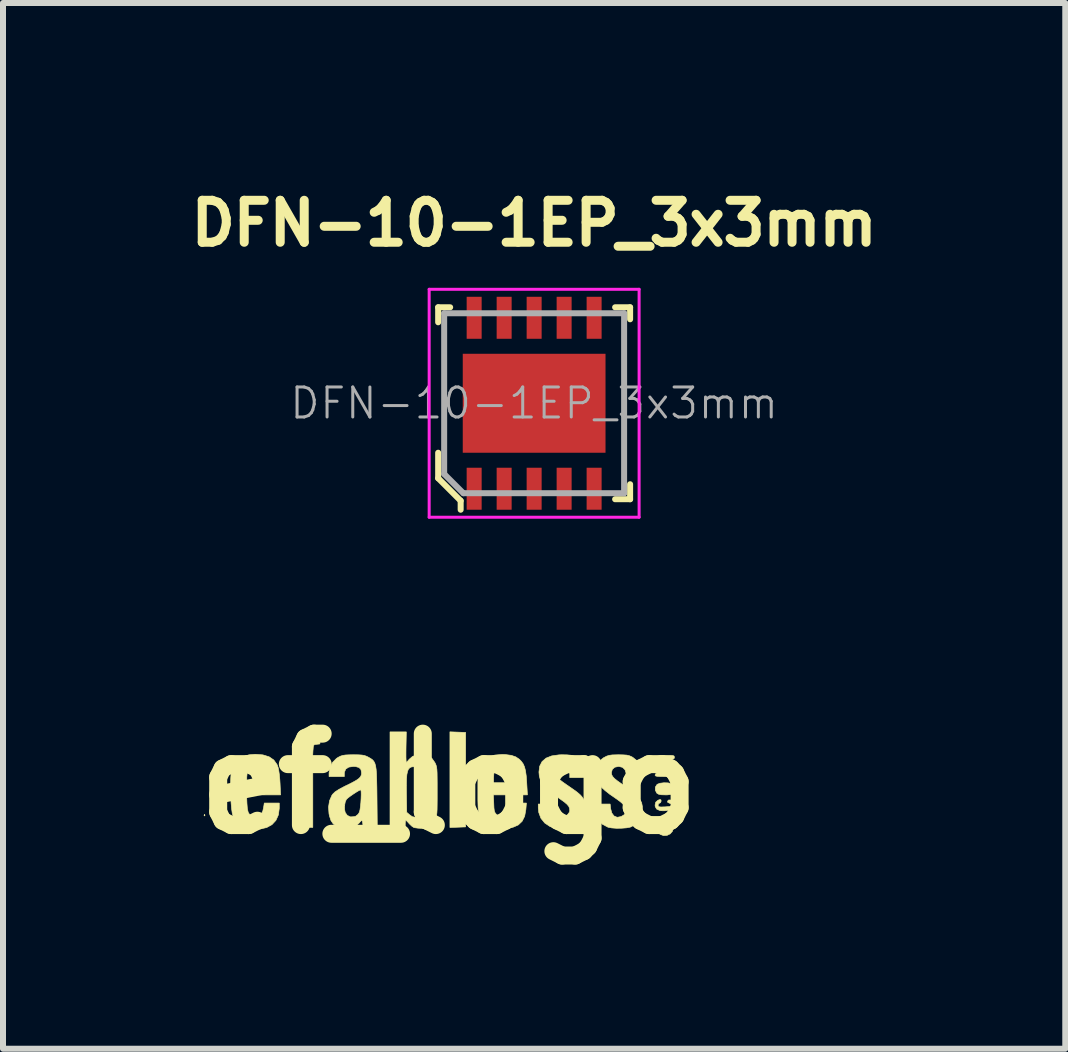
<source format=kicad_pcb>
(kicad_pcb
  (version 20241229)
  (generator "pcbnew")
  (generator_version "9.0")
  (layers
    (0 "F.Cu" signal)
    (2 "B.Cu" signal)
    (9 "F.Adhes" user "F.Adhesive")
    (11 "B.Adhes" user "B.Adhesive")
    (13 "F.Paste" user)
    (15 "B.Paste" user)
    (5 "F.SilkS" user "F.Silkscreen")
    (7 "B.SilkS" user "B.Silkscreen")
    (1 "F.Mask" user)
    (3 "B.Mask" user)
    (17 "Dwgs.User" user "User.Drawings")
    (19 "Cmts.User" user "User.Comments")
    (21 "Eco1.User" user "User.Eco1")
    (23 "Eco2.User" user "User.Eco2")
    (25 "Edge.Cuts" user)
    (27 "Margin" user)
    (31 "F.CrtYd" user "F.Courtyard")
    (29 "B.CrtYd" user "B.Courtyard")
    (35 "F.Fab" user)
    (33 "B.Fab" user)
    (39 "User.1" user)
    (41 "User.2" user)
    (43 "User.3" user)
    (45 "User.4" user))
  (footprint "ef_logo"
    (layer "F.Cu")
    (at 4.434 10.016)
    (property "Reference" "ef_logo" (at 0 0 0) (layer "F.SilkS") (effects (font (size 1.524 1.524) (thickness 0.3))))
    (attr through_hole)
    (fp_poly (pts (xy -4.07 0.514) (xy -4.068 0.534) (xy -4.07 0.536) (xy -4.08 0.534) (xy -4.081 0.525) (xy -4.075 0.511) (xy -4.07 0.514)) (stroke (width 0.01) (type solid)) (fill yes) (layer "F.SilkS"))
    (fp_poly (pts (xy 0.148 -0.86) (xy 0.279 -0.855) (xy 0.279 0.72) (xy 0.148 0.725) (xy 0.017 0.73) (xy 0.017 -0.865) (xy 0.148 -0.86)) (stroke (width 0.01) (type solid)) (fill yes) (layer "F.SilkS"))
    (fp_poly (pts (xy 3.678 0.615) (xy 3.72 0.657) (xy 3.741 0.714) (xy 3.742 0.733) (xy 3.728 0.791) (xy 3.69 0.835) (xy 3.637 0.861) (xy 3.579 0.865) (xy 3.524 0.845) (xy 3.505 0.83) (xy 3.477 0.78) (xy 3.471 0.719) (xy 3.488 0.66) (xy 3.511 0.629) (xy 3.565 0.598) (xy 3.623 0.595) (xy 3.678 0.615)) (stroke (width 0.01) (type solid)) (fill yes) (layer "F.SilkS"))
    (fp_poly (pts (xy 3.653 -0.014) (xy 3.713 -0.001) (xy 3.716 -0.000419) (xy 3.745 0.017) (xy 3.757 0.046) (xy 3.759 0.081) (xy 3.755 0.131) (xy 3.737 0.163) (xy 3.7 0.18) (xy 3.639 0.186) (xy 3.606 0.186) (xy 3.539 0.184) (xy 3.496 0.175) (xy 3.469 0.159) (xy 3.465 0.155) (xy 3.441 0.107) (xy 3.442 0.056) (xy 3.469 0.014) (xy 3.475 0.009) (xy 3.52 -0.008) (xy 3.585 -0.016) (xy 3.653 -0.014)) (stroke (width 0.01) (type solid)) (fill yes) (layer "F.SilkS"))
    (fp_poly (pts (xy 3.533 0.266) (xy 3.539 0.288) (xy 3.528 0.316) (xy 3.514 0.322) (xy 3.493 0.336) (xy 3.488 0.356) (xy 3.491 0.375) (xy 3.504 0.384) (xy 3.535 0.388) (xy 3.592 0.386) (xy 3.603 0.386) (xy 3.666 0.381) (xy 3.702 0.374) (xy 3.716 0.361) (xy 3.717 0.356) (xy 3.702 0.334) (xy 3.678 0.325) (xy 3.648 0.311) (xy 3.645 0.291) (xy 3.663 0.271) (xy 3.697 0.271) (xy 3.735 0.289) (xy 3.738 0.292) (xy 3.755 0.324) (xy 3.758 0.37) (xy 3.745 0.41) (xy 3.736 0.422) (xy 3.703 0.435) (xy 3.65 0.445) (xy 3.59 0.451) (xy 3.536 0.45) (xy 3.514 0.446) (xy 3.463 0.422) (xy 3.44 0.382) (xy 3.437 0.356) (xy 3.448 0.308) (xy 3.483 0.277) (xy 3.509 0.266) (xy 3.533 0.266)) (stroke (width 0.01) (type solid)) (fill yes) (layer "F.SilkS"))
    (fp_poly (pts (xy -2.151 -0.663) (xy -2.206 -0.657) (xy -2.237 -0.653) (xy -2.254 -0.641) (xy -2.261 -0.614) (xy -2.265 -0.562) (xy -2.266 -0.555) (xy -2.271 -0.457) (xy -2.151 -0.457) (xy -2.151 -0.271) (xy -2.269 -0.271) (xy -2.269 0.728) (xy -2.393 0.728) (xy -2.455 0.727) (xy -2.503 0.723) (xy -2.528 0.718) (xy -2.529 0.717) (xy -2.532 0.698) (xy -2.534 0.649) (xy -2.536 0.575) (xy -2.538 0.48) (xy -2.539 0.369) (xy -2.54 0.246) (xy -2.54 0.217) (xy -2.54 -0.271) (xy -2.591 -0.271) (xy -2.62 -0.272) (xy -2.635 -0.283) (xy -2.641 -0.31) (xy -2.642 -0.363) (xy -2.642 -0.364) (xy -2.641 -0.417) (xy -2.635 -0.445) (xy -2.62 -0.456) (xy -2.593 -0.457) (xy -2.569 -0.458) (xy -2.554 -0.467) (xy -2.545 -0.49) (xy -2.539 -0.534) (xy -2.534 -0.587) (xy -2.519 -0.689) (xy -2.491 -0.763) (xy -2.446 -0.812) (xy -2.379 -0.843) (xy -2.286 -0.858) (xy -2.269 -0.86) (xy -2.151 -0.868) (xy -2.151 -0.663)) (stroke (width 0.01) (type solid)) (fill yes) (layer "F.SilkS"))
    (fp_poly (pts (xy -3.101 -0.481) (xy -2.997 -0.449) (xy -2.919 -0.395) (xy -2.865 -0.319) (xy -2.847 -0.271) (xy -2.837 -0.223) (xy -2.827 -0.153) (xy -2.819 -0.069) (xy -2.815 -0.006) (xy -2.806 0.186) (xy -3.373 0.186) (xy -3.367 0.328) (xy -3.36 0.419) (xy -3.345 0.48) (xy -3.319 0.518) (xy -3.278 0.537) (xy -3.224 0.542) (xy -3.167 0.534) (xy -3.128 0.507) (xy -3.103 0.456) (xy -3.089 0.394) (xy -3.078 0.322) (xy -2.828 0.322) (xy -2.828 0.411) (xy -2.843 0.52) (xy -2.884 0.611) (xy -2.95 0.682) (xy -3.037 0.73) (xy -3.144 0.755) (xy -3.267 0.754) (xy -3.33 0.744) (xy -3.437 0.711) (xy -3.519 0.655) (xy -3.58 0.575) (xy -3.601 0.533) (xy -3.613 0.487) (xy -3.623 0.415) (xy -3.631 0.324) (xy -3.637 0.22) (xy -3.64 0.112) (xy -3.64 0.007) (xy -3.637 -0.089) (xy -3.636 -0.108) (xy -3.37 -0.108) (xy -3.37 -0.017) (xy -3.082 -0.017) (xy -3.082 -0.108) (xy -3.091 -0.192) (xy -3.118 -0.248) (xy -3.166 -0.28) (xy -3.226 -0.288) (xy -3.293 -0.277) (xy -3.338 -0.242) (xy -3.363 -0.182) (xy -3.37 -0.108) (xy -3.636 -0.108) (xy -3.631 -0.168) (xy -3.625 -0.206) (xy -3.588 -0.31) (xy -3.527 -0.391) (xy -3.441 -0.449) (xy -3.334 -0.482) (xy -3.23 -0.491) (xy -3.101 -0.481)) (stroke (width 0.01) (type solid)) (fill yes) (layer "F.SilkS"))
    (fp_poly (pts (xy 3.696 -0.473) (xy 3.735 -0.47) (xy 3.753 -0.462) (xy 3.759 -0.447) (xy 3.759 -0.44) (xy 3.756 -0.423) (xy 3.743 -0.413) (xy 3.713 -0.408) (xy 3.659 -0.407) (xy 3.624 -0.406) (xy 3.557 -0.406) (xy 3.516 -0.403) (xy 3.496 -0.396) (xy 3.489 -0.382) (xy 3.488 -0.364) (xy 3.49 -0.343) (xy 3.499 -0.33) (xy 3.522 -0.324) (xy 3.567 -0.322) (xy 3.624 -0.322) (xy 3.691 -0.321) (xy 3.732 -0.318) (xy 3.752 -0.31) (xy 3.759 -0.297) (xy 3.759 -0.287) (xy 3.757 -0.269) (xy 3.745 -0.259) (xy 3.716 -0.255) (xy 3.664 -0.255) (xy 3.628 -0.256) (xy 3.562 -0.257) (xy 3.523 -0.255) (xy 3.504 -0.248) (xy 3.497 -0.234) (xy 3.497 -0.219) (xy 3.499 -0.198) (xy 3.509 -0.185) (xy 3.535 -0.179) (xy 3.583 -0.175) (xy 3.628 -0.173) (xy 3.697 -0.169) (xy 3.738 -0.162) (xy 3.757 -0.151) (xy 3.759 -0.143) (xy 3.753 -0.131) (xy 3.73 -0.124) (xy 3.686 -0.12) (xy 3.614 -0.119) (xy 3.598 -0.119) (xy 3.521 -0.12) (xy 3.472 -0.123) (xy 3.446 -0.13) (xy 3.438 -0.141) (xy 3.437 -0.143) (xy 3.449 -0.168) (xy 3.457 -0.173) (xy 3.466 -0.187) (xy 3.453 -0.217) (xy 3.438 -0.251) (xy 3.447 -0.283) (xy 3.452 -0.29) (xy 3.465 -0.325) (xy 3.456 -0.344) (xy 3.439 -0.381) (xy 3.444 -0.424) (xy 3.468 -0.455) (xy 3.47 -0.457) (xy 3.503 -0.465) (xy 3.558 -0.471) (xy 3.624 -0.474) (xy 3.631 -0.474) (xy 3.696 -0.473)) (stroke (width 0.01) (type solid)) (fill yes) (layer "F.SilkS"))
    (fp_poly (pts (xy 0.942 -0.486) (xy 1.041 -0.473) (xy 1.116 -0.447) (xy 1.176 -0.406) (xy 1.208 -0.373) (xy 1.239 -0.33) (xy 1.261 -0.279) (xy 1.277 -0.216) (xy 1.289 -0.132) (xy 1.297 -0.021) (xy 1.298 -0.004) (xy 1.309 0.186) (xy 0.742 0.186) (xy 0.748 0.332) (xy 0.751 0.403) (xy 0.757 0.45) (xy 0.768 0.481) (xy 0.785 0.503) (xy 0.801 0.518) (xy 0.86 0.551) (xy 0.918 0.554) (xy 0.968 0.528) (xy 1.007 0.477) (xy 1.028 0.404) (xy 1.028 0.402) (xy 1.037 0.322) (xy 1.292 0.322) (xy 1.283 0.432) (xy 1.263 0.542) (xy 1.221 0.626) (xy 1.157 0.687) (xy 1.068 0.726) (xy 0.954 0.742) (xy 0.906 0.743) (xy 0.835 0.741) (xy 0.772 0.736) (xy 0.729 0.729) (xy 0.725 0.728) (xy 0.638 0.685) (xy 0.567 0.612) (xy 0.527 0.543) (xy 0.512 0.51) (xy 0.501 0.479) (xy 0.493 0.445) (xy 0.487 0.403) (xy 0.485 0.346) (xy 0.483 0.269) (xy 0.483 0.167) (xy 0.483 0.119) (xy 0.483 0.004) (xy 0.484 -0.082) (xy 0.484 -0.103) (xy 0.745 -0.103) (xy 0.745 -0.017) (xy 1.033 -0.017) (xy 1.033 -0.119) (xy 1.026 -0.198) (xy 1.004 -0.25) (xy 0.963 -0.278) (xy 0.899 -0.288) (xy 0.893 -0.288) (xy 0.844 -0.285) (xy 0.809 -0.278) (xy 0.803 -0.275) (xy 0.769 -0.233) (xy 0.749 -0.165) (xy 0.745 -0.103) (xy 0.484 -0.103) (xy 0.486 -0.145) (xy 0.49 -0.192) (xy 0.497 -0.227) (xy 0.506 -0.256) (xy 0.52 -0.286) (xy 0.525 -0.296) (xy 0.584 -0.382) (xy 0.664 -0.443) (xy 0.766 -0.478) (xy 0.89 -0.488) (xy 0.942 -0.486)) (stroke (width 0.01) (type solid)) (fill yes) (layer "F.SilkS"))
    (fp_poly (pts (xy 1.973 -0.481) (xy 2.041 -0.474) (xy 2.093 -0.459) (xy 2.137 -0.435) (xy 2.175 -0.405) (xy 2.222 -0.347) (xy 2.26 -0.269) (xy 2.282 -0.185) (xy 2.286 -0.141) (xy 2.284 -0.121) (xy 2.274 -0.11) (xy 2.249 -0.104) (xy 2.201 -0.102) (xy 2.151 -0.102) (xy 2.015 -0.102) (xy 2.015 -0.161) (xy 2.002 -0.225) (xy 1.962 -0.268) (xy 1.9 -0.287) (xy 1.882 -0.288) (xy 1.819 -0.275) (xy 1.777 -0.242) (xy 1.761 -0.196) (xy 1.773 -0.143) (xy 1.808 -0.099) (xy 1.842 -0.071) (xy 1.895 -0.03) (xy 1.96 0.016) (xy 1.998 0.042) (xy 2.083 0.101) (xy 2.144 0.146) (xy 2.187 0.183) (xy 2.218 0.217) (xy 2.242 0.252) (xy 2.254 0.274) (xy 2.28 0.357) (xy 2.282 0.449) (xy 2.264 0.541) (xy 2.226 0.622) (xy 2.188 0.666) (xy 2.127 0.703) (xy 2.043 0.729) (xy 1.947 0.743) (xy 1.847 0.746) (xy 1.755 0.735) (xy 1.685 0.713) (xy 1.598 0.655) (xy 1.534 0.576) (xy 1.498 0.479) (xy 1.49 0.407) (xy 1.49 0.339) (xy 1.761 0.339) (xy 1.761 0.415) (xy 1.773 0.487) (xy 1.806 0.535) (xy 1.858 0.558) (xy 1.877 0.559) (xy 1.932 0.546) (xy 1.979 0.515) (xy 2.01 0.473) (xy 2.015 0.446) (xy 2.011 0.408) (xy 1.996 0.374) (xy 1.965 0.339) (xy 1.914 0.297) (xy 1.839 0.244) (xy 1.829 0.237) (xy 1.714 0.155) (xy 1.628 0.082) (xy 1.567 0.014) (xy 1.527 -0.055) (xy 1.507 -0.128) (xy 1.501 -0.195) (xy 1.513 -0.291) (xy 1.553 -0.369) (xy 1.62 -0.427) (xy 1.714 -0.464) (xy 1.834 -0.481) (xy 1.88 -0.483) (xy 1.973 -0.481)) (stroke (width 0.01) (type solid)) (fill yes) (layer "F.SilkS"))
    (fp_poly (pts (xy 2.908 -0.481) (xy 2.965 -0.477) (xy 3.008 -0.467) (xy 3.047 -0.45) (xy 3.065 -0.44) (xy 3.138 -0.381) (xy 3.19 -0.301) (xy 3.215 -0.208) (xy 3.217 -0.174) (xy 3.217 -0.102) (xy 2.968 -0.102) (xy 2.958 -0.163) (xy 2.936 -0.232) (xy 2.895 -0.273) (xy 2.834 -0.288) (xy 2.828 -0.288) (xy 2.765 -0.275) (xy 2.724 -0.239) (xy 2.709 -0.184) (xy 2.709 -0.183) (xy 2.714 -0.151) (xy 2.729 -0.121) (xy 2.76 -0.087) (xy 2.811 -0.046) (xy 2.885 0.006) (xy 2.921 0.031) (xy 3.034 0.111) (xy 3.119 0.183) (xy 3.178 0.25) (xy 3.213 0.316) (xy 3.227 0.387) (xy 3.223 0.465) (xy 3.217 0.503) (xy 3.182 0.596) (xy 3.122 0.669) (xy 3.041 0.717) (xy 3.019 0.725) (xy 2.958 0.736) (xy 2.878 0.742) (xy 2.793 0.743) (xy 2.714 0.737) (xy 2.655 0.726) (xy 2.65 0.724) (xy 2.56 0.676) (xy 2.493 0.604) (xy 2.451 0.513) (xy 2.438 0.418) (xy 2.438 0.339) (xy 2.688 0.339) (xy 2.697 0.418) (xy 2.716 0.488) (xy 2.752 0.537) (xy 2.801 0.558) (xy 2.812 0.559) (xy 2.873 0.547) (xy 2.922 0.517) (xy 2.946 0.484) (xy 2.956 0.437) (xy 2.945 0.393) (xy 2.912 0.347) (xy 2.853 0.296) (xy 2.781 0.244) (xy 2.681 0.175) (xy 2.607 0.117) (xy 2.552 0.067) (xy 2.512 0.019) (xy 2.483 -0.032) (xy 2.472 -0.054) (xy 2.447 -0.131) (xy 2.441 -0.203) (xy 2.443 -0.225) (xy 2.462 -0.308) (xy 2.504 -0.374) (xy 2.574 -0.43) (xy 2.592 -0.44) (xy 2.633 -0.461) (xy 2.673 -0.473) (xy 2.722 -0.48) (xy 2.791 -0.482) (xy 2.828 -0.483) (xy 2.908 -0.481)) (stroke (width 0.01) (type solid)) (fill yes) (layer "F.SilkS"))
    (fp_poly (pts (xy -0.715 -0.61) (xy -0.716 -0.521) (xy -0.716 -0.446) (xy -0.714 -0.39) (xy -0.712 -0.36) (xy -0.71 -0.356) (xy -0.695 -0.368) (xy -0.669 -0.398) (xy -0.664 -0.405) (xy -0.608 -0.454) (xy -0.531 -0.483) (xy -0.441 -0.488) (xy -0.43 -0.487) (xy -0.347 -0.466) (xy -0.284 -0.424) (xy -0.234 -0.353) (xy -0.233 -0.351) (xy -0.221 -0.327) (xy -0.212 -0.303) (xy -0.205 -0.274) (xy -0.2 -0.235) (xy -0.197 -0.181) (xy -0.196 -0.109) (xy -0.195 -0.012) (xy -0.195 0.113) (xy -0.195 0.127) (xy -0.195 0.255) (xy -0.196 0.355) (xy -0.197 0.429) (xy -0.2 0.484) (xy -0.205 0.525) (xy -0.211 0.555) (xy -0.22 0.579) (xy -0.232 0.603) (xy -0.232 0.604) (xy -0.28 0.677) (xy -0.333 0.721) (xy -0.4 0.741) (xy -0.455 0.744) (xy -0.515 0.741) (xy -0.565 0.734) (xy -0.586 0.729) (xy -0.619 0.707) (xy -0.658 0.67) (xy -0.665 0.662) (xy -0.695 0.629) (xy -0.715 0.611) (xy -0.719 0.61) (xy -0.725 0.625) (xy -0.728 0.661) (xy -0.728 0.669) (xy -0.728 0.728) (xy -0.982 0.728) (xy -0.982 0.029) (xy -0.709 0.029) (xy -0.708 0.162) (xy -0.708 0.164) (xy -0.703 0.477) (xy -0.655 0.518) (xy -0.609 0.55) (xy -0.569 0.557) (xy -0.534 0.548) (xy -0.509 0.534) (xy -0.489 0.509) (xy -0.475 0.47) (xy -0.465 0.413) (xy -0.459 0.334) (xy -0.456 0.229) (xy -0.456 0.118) (xy -0.457 -0.001) (xy -0.46 -0.099) (xy -0.464 -0.175) (xy -0.47 -0.223) (xy -0.474 -0.237) (xy -0.51 -0.27) (xy -0.564 -0.285) (xy -0.619 -0.281) (xy -0.65 -0.268) (xy -0.673 -0.245) (xy -0.689 -0.208) (xy -0.701 -0.152) (xy -0.707 -0.075) (xy -0.709 0.029) (xy -0.982 0.029) (xy -0.982 -0.864) (xy -0.71 -0.864) (xy -0.715 -0.61)) (stroke (width 0.01) (type solid)) (fill yes) (layer "F.SilkS"))
    (fp_poly (pts (xy -1.508 -0.482) (xy -1.449 -0.478) (xy -1.406 -0.47) (xy -1.369 -0.456) (xy -1.338 -0.44) (xy -1.303 -0.42) (xy -1.274 -0.399) (xy -1.252 -0.374) (xy -1.235 -0.342) (xy -1.222 -0.298) (xy -1.213 -0.239) (xy -1.207 -0.16) (xy -1.204 -0.06) (xy -1.201 0.068) (xy -1.199 0.225) (xy -1.199 0.225) (xy -1.194 0.729) (xy -1.312 0.725) (xy -1.431 0.72) (xy -1.436 0.665) (xy -1.443 0.623) (xy -1.455 0.613) (xy -1.478 0.633) (xy -1.493 0.652) (xy -1.553 0.706) (xy -1.63 0.736) (xy -1.722 0.745) (xy -1.81 0.737) (xy -1.874 0.712) (xy -1.929 0.669) (xy -1.966 0.615) (xy -1.991 0.539) (xy -1.999 0.501) (xy -2.004 0.428) (xy -1.739 0.428) (xy -1.729 0.479) (xy -1.694 0.528) (xy -1.641 0.553) (xy -1.578 0.549) (xy -1.551 0.54) (xy -1.513 0.509) (xy -1.493 0.476) (xy -1.483 0.438) (xy -1.475 0.382) (xy -1.468 0.315) (xy -1.464 0.246) (xy -1.462 0.182) (xy -1.463 0.132) (xy -1.468 0.105) (xy -1.471 0.102) (xy -1.494 0.111) (xy -1.536 0.135) (xy -1.587 0.168) (xy -1.638 0.203) (xy -1.682 0.236) (xy -1.708 0.26) (xy -1.709 0.261) (xy -1.728 0.303) (xy -1.739 0.363) (xy -1.739 0.428) (xy -2.004 0.428) (xy -2.007 0.389) (xy -1.99 0.283) (xy -1.95 0.192) (xy -1.937 0.174) (xy -1.898 0.136) (xy -1.833 0.094) (xy -1.74 0.044) (xy -1.713 0.031) (xy -1.616 -0.017) (xy -1.547 -0.055) (xy -1.5 -0.088) (xy -1.472 -0.118) (xy -1.459 -0.15) (xy -1.456 -0.18) (xy -1.466 -0.236) (xy -1.498 -0.27) (xy -1.555 -0.286) (xy -1.593 -0.288) (xy -1.669 -0.277) (xy -1.719 -0.245) (xy -1.742 -0.193) (xy -1.744 -0.169) (xy -1.744 -0.119) (xy -1.998 -0.119) (xy -1.998 -0.183) (xy -1.982 -0.273) (xy -1.939 -0.356) (xy -1.874 -0.422) (xy -1.846 -0.44) (xy -1.807 -0.46) (xy -1.769 -0.472) (xy -1.724 -0.479) (xy -1.661 -0.482) (xy -1.592 -0.483) (xy -1.508 -0.482)) (stroke (width 0.01) (type solid)) (fill yes) (layer "F.SilkS")))
  (footprint "DFN-10-1EP_3x3mm"
    (layer "F.Cu")
    (at 5.855 3.673)
    (property "Reference" "DFN-10-1EP_3x3mm" (at 0 -3 0) (layer "F.SilkS") (effects (font (size 0.7 0.7) (thickness 0.15))))
    (attr through_hole)
    (fp_line (start -1.6 -1.6) (end -1.6 -1.35) (stroke (width 0.1) (type solid)) (layer "F.SilkS"))
    (fp_line (start -1.6 -1.6) (end -1.4 -1.6) (stroke (width 0.1) (type solid)) (layer "F.SilkS"))
    (fp_line (start -1.6 1.25) (end -1.6 0.825) (stroke (width 0.1) (type solid)) (layer "F.SilkS"))
    (fp_line (start -1.6 1.25) (end -1.225 1.625) (stroke (width 0.1) (type solid)) (layer "F.SilkS"))
    (fp_line (start -1.225 1.625) (end -1.225 1.775) (stroke (width 0.1) (type solid)) (layer "F.SilkS"))
    (fp_line (start 1.6 -1.6) (end 1.35 -1.6) (stroke (width 0.1) (type solid)) (layer "F.SilkS"))
    (fp_line (start 1.6 -1.6) (end 1.6 -1.4) (stroke (width 0.1) (type solid)) (layer "F.SilkS"))
    (fp_line (start 1.6 1.6) (end 1.35 1.6) (stroke (width 0.1) (type solid)) (layer "F.SilkS"))
    (fp_line (start 1.6 1.6) (end 1.6 1.35) (stroke (width 0.1) (type solid)) (layer "F.SilkS"))
    (fp_line (start -1.75 -1.9) (end 1.75 -1.9) (stroke (width 0.05) (type solid)) (layer "F.CrtYd"))
    (fp_line (start -1.75 1.9) (end -1.75 -1.9) (stroke (width 0.05) (type solid)) (layer "F.CrtYd"))
    (fp_line (start -1.75 1.9) (end 1.75 1.9) (stroke (width 0.05) (type solid)) (layer "F.CrtYd"))
    (fp_line (start 1.75 -1.9) (end 1.75 1.9) (stroke (width 0.05) (type solid)) (layer "F.CrtYd"))
    (fp_line (start -1.5 -1.5) (end -1.5 1.175) (stroke (width 0.1) (type solid)) (layer "F.Fab"))
    (fp_line (start -1.5 -1.5) (end 1.5 -1.5) (stroke (width 0.1) (type solid)) (layer "F.Fab"))
    (fp_line (start -1.18 1.5) (end -1.5 1.18) (stroke (width 0.1) (type solid)) (layer "F.Fab"))
    (fp_line (start 1.5 -1.5) (end 1.5 1.5) (stroke (width 0.1) (type solid)) (layer "F.Fab"))
    (fp_line (start 1.5 1.5) (end -1.175 1.5) (stroke (width 0.1) (type solid)) (layer "F.Fab"))
    (fp_text user "${REFERENCE}" (at 0 0 0) (layer "F.Fab") (effects (font (size 0.5 0.5) (thickness 0.05))))
    (pad "1" smd rect (at -1 1.425) (size 0.25 0.7) (layers "F.Cu" "F.Mask" "F.Paste"))
    (pad "2" smd rect (at -0.5 1.425) (size 0.25 0.7) (layers "F.Cu" "F.Mask" "F.Paste"))
    (pad "3" smd rect (at 0 1.425) (size 0.25 0.7) (layers "F.Cu" "F.Mask" "F.Paste"))
    (pad "4" smd rect (at 0.5 1.425) (size 0.25 0.7) (layers "F.Cu" "F.Mask" "F.Paste"))
    (pad "5" smd rect (at 1 1.425) (size 0.25 0.7) (layers "F.Cu" "F.Mask" "F.Paste"))
    (pad "6" smd rect (at 1 -1.425) (size 0.25 0.7) (layers "F.Cu" "F.Mask" "F.Paste"))
    (pad "7" smd rect (at 0.5 -1.425) (size 0.25 0.7) (layers "F.Cu" "F.Mask" "F.Paste"))
    (pad "8" smd rect (at 0 -1.425) (size 0.25 0.7) (layers "F.Cu" "F.Mask" "F.Paste"))
    (pad "9" smd rect (at -0.5 -1.425) (size 0.25 0.7) (layers "F.Cu" "F.Mask" "F.Paste"))
    (pad "10" smd rect (at -1 -1.425) (size 0.25 0.7) (layers "F.Cu" "F.Mask" "F.Paste"))
    (pad "11" smd rect (at 0 0) (size 2.38 1.65) (layers "F.Cu" "F.Mask" "F.Paste")))
  (gr_rect
    (start -3 -3)
    (end 14.71 14.434)
    (stroke (width 0.1) (type default))
    (fill no)
    (layer "Edge.Cuts")))
</source>
